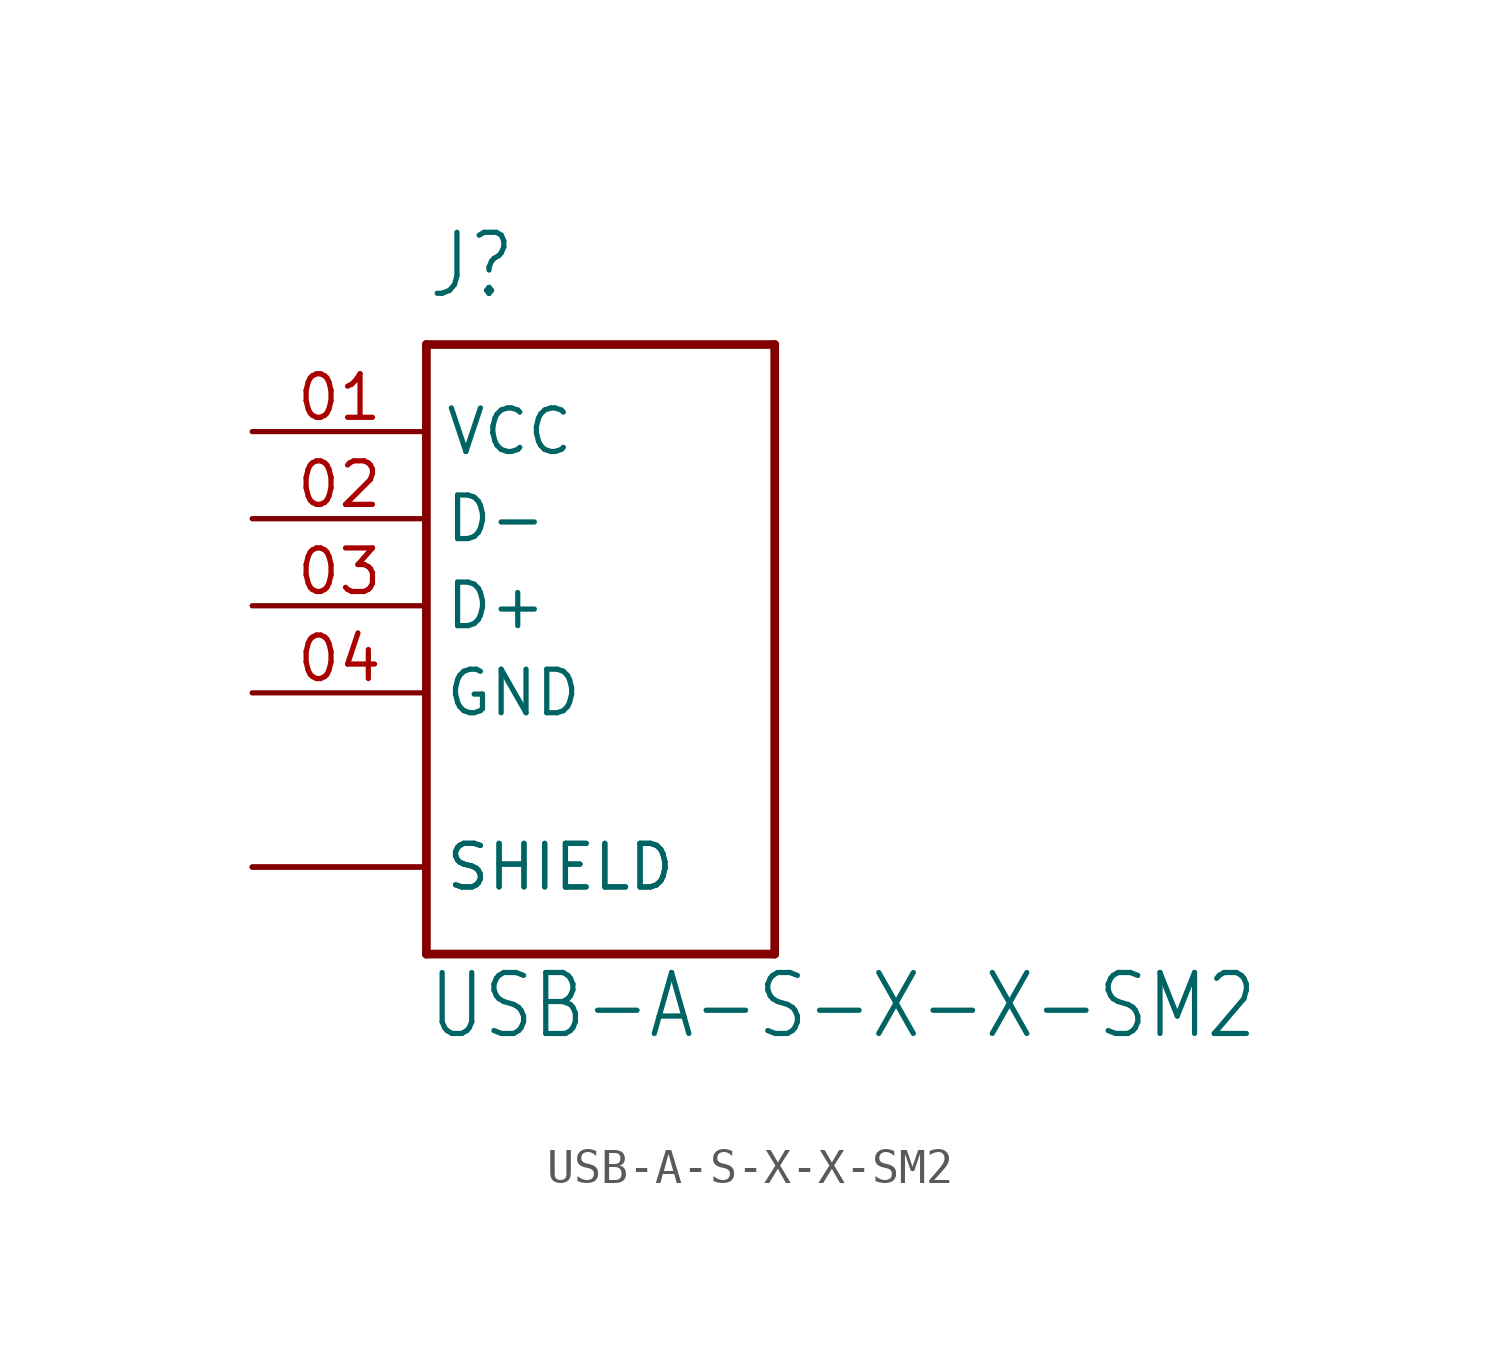
<source format=kicad_sym>
(kicad_symbol_lib
  (version 20211014)
  (generator kicad_symbol_editor)
  (symbol "USB-A-S-X-X-SM2"
    (property "Reference" "J"
      (at -5.08 8.89 0)
      (effects (font (size 1.778 1.511)) (justify left bottom)))
    (property "Value" "USB-A-S-X-X-SM2"
      (at -5.08 -12.7 0)
      (effects (font (size 1.778 1.511)) (justify left bottom)))
    (property "ki_locked" ""
      (at 0 0 0)
      (effects (font (size 1.27 1.27))))
    (symbol "USB-A-S-X-X-SM2_1_0"
      (polyline (pts (xy -5.08 -10.16) (xy 5.08 -10.16)) (stroke (width 0.254) (type default) (color 0 0 0 0)) (fill (type none)))
      (polyline (pts (xy -5.08 7.62) (xy -5.08 -10.16)) (stroke (width 0.254) (type default) (color 0 0 0 0)) (fill (type none)))
      (polyline (pts (xy 5.08 -10.16) (xy 5.08 7.62)) (stroke (width 0.254) (type default) (color 0 0 0 0)) (fill (type none)))
      (polyline (pts (xy 5.08 7.62) (xy -5.08 7.62)) (stroke (width 0.254) (type default) (color 0 0 0 0)) (fill (type none)))
      (pin power_in line (at -10.16 5.08 0) (length 5.08) (name "VCC" (effects (font (size 1.27 1.27)))) (number "01" (effects (font (size 1.27 1.27)))))
      (pin bidirectional line (at -10.16 2.54 0) (length 5.08) (name "D-" (effects (font (size 1.27 1.27)))) (number "02" (effects (font (size 1.27 1.27)))))
      (pin bidirectional line (at -10.16 0 0) (length 5.08) (name "D+" (effects (font (size 1.27 1.27)))) (number "03" (effects (font (size 1.27 1.27)))))
      (pin power_in line (at -10.16 -2.54 0) (length 5.08) (name "GND" (effects (font (size 1.27 1.27)))) (number "04" (effects (font (size 1.27 1.27)))))
      (pin passive line (at -10.16 -7.62 0) (length 5.08) (name "SHIELD" (effects (font (size 1.27 1.27)))) (number "S1" (effects (font (size 0 0)))))
      (pin passive line (at -10.16 -7.62 0) (length 5.08) (name "SHIELD" (effects (font (size 1.27 1.27)))) (number "S2" (effects (font (size 0 0))))))))
</source>
